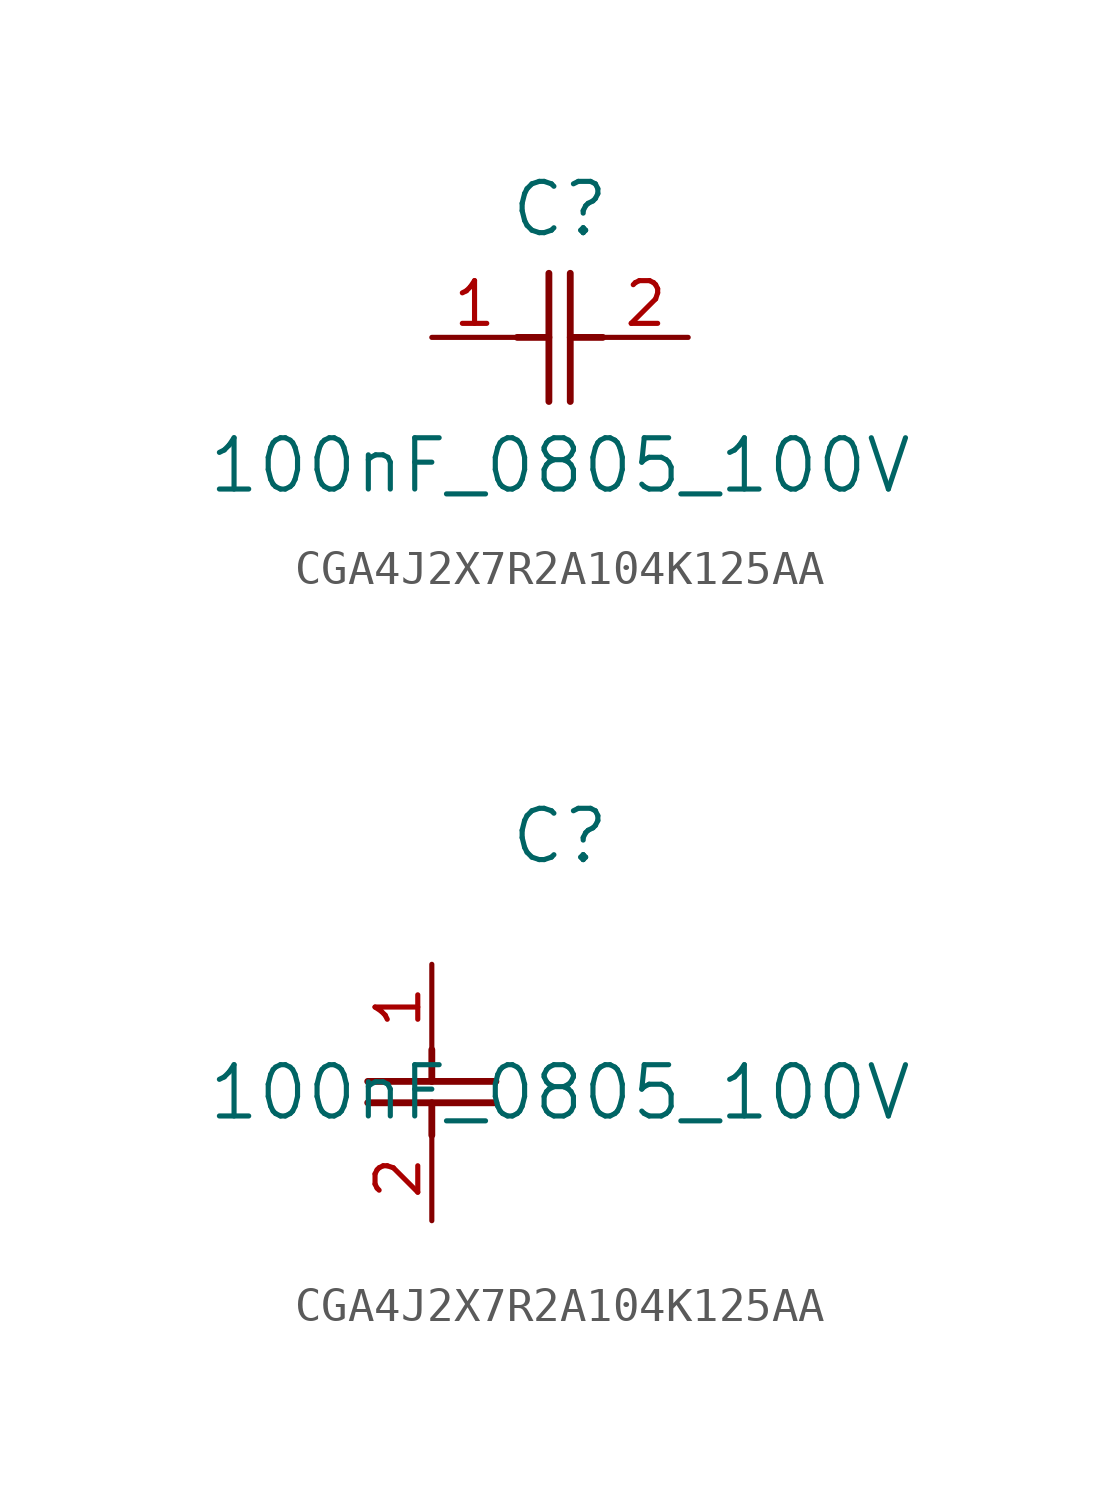
<source format=kicad_sym>
(kicad_symbol_lib
  (version 20220914)
  (generator kicad_symbol_editor)
  (symbol "CGA4J2X7R2A104K125AA"
    (pin_names
      (offset 0.254))
    (property "Reference" "C"
      (at 3.81 3.81 0)
      (effects (font (size 1.524 1.524))))
    (property "Value" "100nF_0805_100V"
      (at 3.81 -3.81 0)
      (effects (font (size 1.524 1.524))))
    (symbol "CGA4J2X7R2A104K125AA_1_1"
      (polyline (pts (xy 2.54 0) (xy 3.48 0)) (stroke (width 0.203) (type default)) (fill (type none)))
      (polyline (pts (xy 3.48 -1.905) (xy 3.48 1.905)) (stroke (width 0.203) (type default)) (fill (type none)))
      (polyline (pts (xy 4.115 -1.905) (xy 4.115 1.905)) (stroke (width 0.203) (type default)) (fill (type none)))
      (polyline (pts (xy 4.115 0) (xy 5.08 0)) (stroke (width 0.203) (type default)) (fill (type none)))
      (pin unspecified line (at 0 0 0) (length 2.54) (name "" (effects (font (size 1.27 1.27)))) (number "1" (effects (font (size 1.27 1.27)))))
      (pin unspecified line (at 7.62 0 180) (length 2.54) (name "" (effects (font (size 1.27 1.27)))) (number "2" (effects (font (size 1.27 1.27))))))
    (symbol "CGA4J2X7R2A104K125AA_1_2"
      (polyline (pts (xy -1.905 -4.115) (xy 1.905 -4.115)) (stroke (width 0.203) (type default)) (fill (type none)))
      (polyline (pts (xy -1.905 -3.48) (xy 1.905 -3.48)) (stroke (width 0.203) (type default)) (fill (type none)))
      (polyline (pts (xy 0 -4.115) (xy 0 -5.08)) (stroke (width 0.203) (type default)) (fill (type none)))
      (polyline (pts (xy 0 -2.54) (xy 0 -3.48)) (stroke (width 0.203) (type default)) (fill (type none)))
      (pin unspecified line (at 0 0 270) (length 2.54) (name "" (effects (font (size 1.27 1.27)))) (number "1" (effects (font (size 1.27 1.27)))))
      (pin unspecified line (at 0 -7.62 90) (length 2.54) (name "" (effects (font (size 1.27 1.27)))) (number "2" (effects (font (size 1.27 1.27))))))))
</source>
